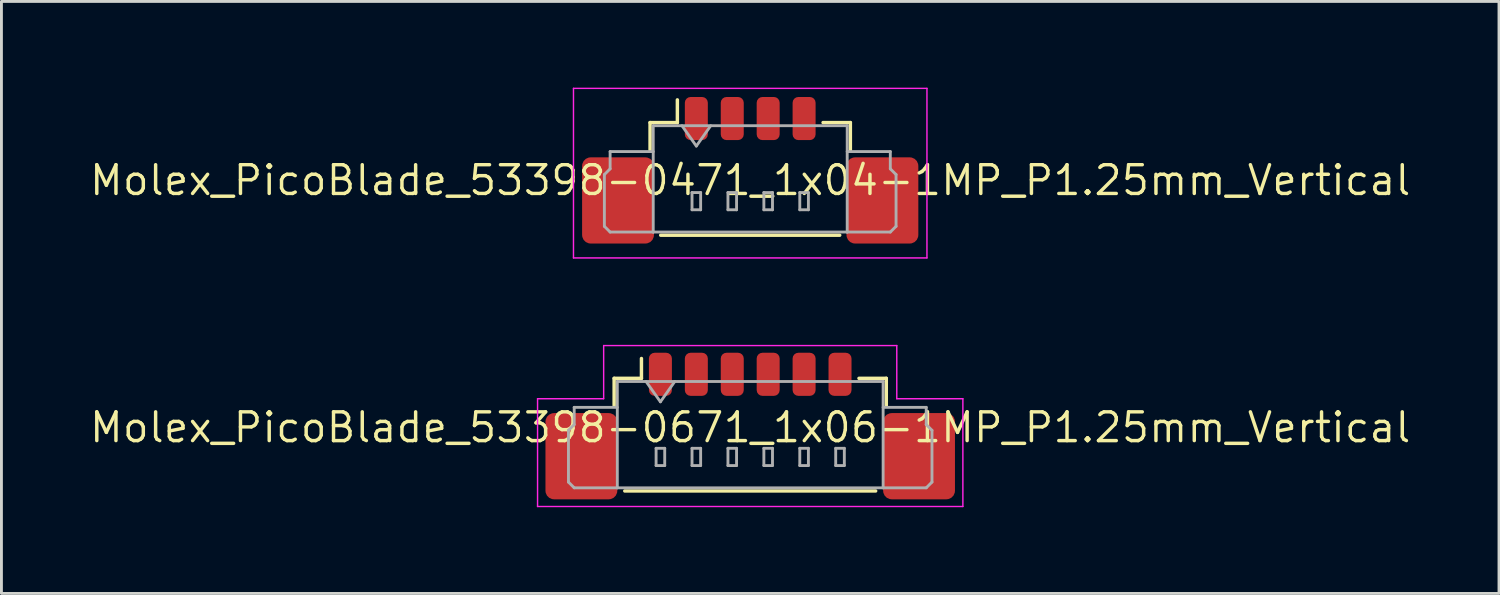
<source format=kicad_pcb>
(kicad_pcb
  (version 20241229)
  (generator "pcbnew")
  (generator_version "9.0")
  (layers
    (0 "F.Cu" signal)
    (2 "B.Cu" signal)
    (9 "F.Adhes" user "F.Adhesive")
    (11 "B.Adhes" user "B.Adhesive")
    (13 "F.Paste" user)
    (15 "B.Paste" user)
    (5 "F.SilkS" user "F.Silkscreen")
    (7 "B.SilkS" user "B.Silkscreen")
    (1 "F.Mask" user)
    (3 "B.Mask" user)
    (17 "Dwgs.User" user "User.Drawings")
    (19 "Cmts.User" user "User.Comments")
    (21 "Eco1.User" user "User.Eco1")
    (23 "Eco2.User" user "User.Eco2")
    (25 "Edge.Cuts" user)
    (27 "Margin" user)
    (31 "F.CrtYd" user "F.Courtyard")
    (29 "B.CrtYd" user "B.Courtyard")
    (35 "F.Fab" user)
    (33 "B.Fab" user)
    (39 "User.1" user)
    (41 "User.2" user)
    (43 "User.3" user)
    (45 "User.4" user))
  (footprint "Molex_PicoBlade_53398-0671_1x06-1MP_P1.25mm_Vertical"
    (layer "F.Cu")
    (at 23.056 11.325)
    (property "Reference" "Molex_PicoBlade_53398-0671_1x06-1MP_P1.25mm_Vertical" (at 0 0.5 180) (layer "F.SilkS") (effects (font (size 1 1) (thickness 0.12))))
    (attr smd)
    (fp_line (start -4.735 -1.21) (end -3.785 -1.21) (stroke (width 0.12) (type solid)) (layer "F.SilkS"))
    (fp_line (start -4.735 -0.26) (end -4.735 -1.21) (stroke (width 0.12) (type solid)) (layer "F.SilkS"))
    (fp_line (start -4.365 2.71) (end 4.365 2.71) (stroke (width 0.12) (type solid)) (layer "F.SilkS"))
    (fp_line (start -3.785 -1.21) (end -3.785 -1.9) (stroke (width 0.12) (type solid)) (layer "F.SilkS"))
    (fp_line (start 4.735 -1.21) (end 3.785 -1.21) (stroke (width 0.12) (type solid)) (layer "F.SilkS"))
    (fp_line (start 4.735 -0.26) (end 4.735 -1.21) (stroke (width 0.12) (type solid)) (layer "F.SilkS"))
    (fp_line (start -7.4 -0.5) (end -7.4 3.25) (stroke (width 0.05) (type solid)) (layer "F.CrtYd"))
    (fp_line (start -7.4 3.25) (end 7.4 3.25) (stroke (width 0.05) (type solid)) (layer "F.CrtYd"))
    (fp_line (start -5.1 -0.5) (end -7.4 -0.5) (stroke (width 0.05) (type solid)) (layer "F.CrtYd"))
    (fp_line (start -5.1 -0.5) (end -5.1 -2.35) (stroke (width 0.05) (type solid)) (layer "F.CrtYd"))
    (fp_line (start 5.1 -2.35) (end -5.1 -2.35) (stroke (width 0.05) (type solid)) (layer "F.CrtYd"))
    (fp_line (start 5.1 -0.5) (end 5.1 -2.35) (stroke (width 0.05) (type solid)) (layer "F.CrtYd"))
    (fp_line (start 7.4 -0.5) (end 5.1 -0.5) (stroke (width 0.05) (type solid)) (layer "F.CrtYd"))
    (fp_line (start 7.4 3.25) (end 7.4 -0.5) (stroke (width 0.05) (type solid)) (layer "F.CrtYd"))
    (fp_line (start -6.325 0.6) (end -6.125 0.4) (stroke (width 0.1) (type solid)) (layer "F.Fab"))
    (fp_line (start -6.325 2.4) (end -6.325 0.6) (stroke (width 0.1) (type solid)) (layer "F.Fab"))
    (fp_line (start -6.125 -0.2) (end -4.625 -0.2) (stroke (width 0.1) (type solid)) (layer "F.Fab"))
    (fp_line (start -6.125 0.4) (end -6.125 -0.2) (stroke (width 0.1) (type solid)) (layer "F.Fab"))
    (fp_line (start -6.125 2.6) (end -6.325 2.4) (stroke (width 0.1) (type solid)) (layer "F.Fab"))
    (fp_line (start -4.625 -1.1) (end -4.625 2.6) (stroke (width 0.1) (type solid)) (layer "F.Fab"))
    (fp_line (start -4.625 -1.1) (end 4.625 -1.1) (stroke (width 0.1) (type solid)) (layer "F.Fab"))
    (fp_line (start -4.625 2.6) (end -6.125 2.6) (stroke (width 0.1) (type solid)) (layer "F.Fab"))
    (fp_line (start -4.625 2.6) (end 4.625 2.6) (stroke (width 0.1) (type solid)) (layer "F.Fab"))
    (fp_line (start -3.625 -1.1) (end -3.125 -0.393) (stroke (width 0.1) (type solid)) (layer "F.Fab"))
    (fp_line (start -3.275 1.225) (end -3.275 1.825) (stroke (width 0.1) (type solid)) (layer "F.Fab"))
    (fp_line (start -3.275 1.825) (end -2.975 1.825) (stroke (width 0.1) (type solid)) (layer "F.Fab"))
    (fp_line (start -3.125 -0.393) (end -2.625 -1.1) (stroke (width 0.1) (type solid)) (layer "F.Fab"))
    (fp_line (start -2.975 1.225) (end -3.275 1.225) (stroke (width 0.1) (type solid)) (layer "F.Fab"))
    (fp_line (start -2.975 1.825) (end -2.975 1.225) (stroke (width 0.1) (type solid)) (layer "F.Fab"))
    (fp_line (start -2.025 1.225) (end -2.025 1.825) (stroke (width 0.1) (type solid)) (layer "F.Fab"))
    (fp_line (start -2.025 1.825) (end -1.725 1.825) (stroke (width 0.1) (type solid)) (layer "F.Fab"))
    (fp_line (start -1.725 1.225) (end -2.025 1.225) (stroke (width 0.1) (type solid)) (layer "F.Fab"))
    (fp_line (start -1.725 1.825) (end -1.725 1.225) (stroke (width 0.1) (type solid)) (layer "F.Fab"))
    (fp_line (start -0.775 1.225) (end -0.775 1.825) (stroke (width 0.1) (type solid)) (layer "F.Fab"))
    (fp_line (start -0.775 1.825) (end -0.475 1.825) (stroke (width 0.1) (type solid)) (layer "F.Fab"))
    (fp_line (start -0.475 1.225) (end -0.775 1.225) (stroke (width 0.1) (type solid)) (layer "F.Fab"))
    (fp_line (start -0.475 1.825) (end -0.475 1.225) (stroke (width 0.1) (type solid)) (layer "F.Fab"))
    (fp_line (start 0.475 1.225) (end 0.475 1.825) (stroke (width 0.1) (type solid)) (layer "F.Fab"))
    (fp_line (start 0.475 1.825) (end 0.775 1.825) (stroke (width 0.1) (type solid)) (layer "F.Fab"))
    (fp_line (start 0.775 1.225) (end 0.475 1.225) (stroke (width 0.1) (type solid)) (layer "F.Fab"))
    (fp_line (start 0.775 1.825) (end 0.775 1.225) (stroke (width 0.1) (type solid)) (layer "F.Fab"))
    (fp_line (start 1.725 1.225) (end 1.725 1.825) (stroke (width 0.1) (type solid)) (layer "F.Fab"))
    (fp_line (start 1.725 1.825) (end 2.025 1.825) (stroke (width 0.1) (type solid)) (layer "F.Fab"))
    (fp_line (start 2.025 1.225) (end 1.725 1.225) (stroke (width 0.1) (type solid)) (layer "F.Fab"))
    (fp_line (start 2.025 1.825) (end 2.025 1.225) (stroke (width 0.1) (type solid)) (layer "F.Fab"))
    (fp_line (start 2.975 1.225) (end 2.975 1.825) (stroke (width 0.1) (type solid)) (layer "F.Fab"))
    (fp_line (start 2.975 1.825) (end 3.275 1.825) (stroke (width 0.1) (type solid)) (layer "F.Fab"))
    (fp_line (start 3.275 1.225) (end 2.975 1.225) (stroke (width 0.1) (type solid)) (layer "F.Fab"))
    (fp_line (start 3.275 1.825) (end 3.275 1.225) (stroke (width 0.1) (type solid)) (layer "F.Fab"))
    (fp_line (start 4.625 -1.1) (end 4.625 2.6) (stroke (width 0.1) (type solid)) (layer "F.Fab"))
    (fp_line (start 4.625 2.6) (end 6.125 2.6) (stroke (width 0.1) (type solid)) (layer "F.Fab"))
    (fp_line (start 6.125 -0.2) (end 4.625 -0.2) (stroke (width 0.1) (type solid)) (layer "F.Fab"))
    (fp_line (start 6.125 0.4) (end 6.125 -0.2) (stroke (width 0.1) (type solid)) (layer "F.Fab"))
    (fp_line (start 6.125 2.6) (end 6.325 2.4) (stroke (width 0.1) (type solid)) (layer "F.Fab"))
    (fp_line (start 6.325 0.6) (end 6.125 0.4) (stroke (width 0.1) (type solid)) (layer "F.Fab"))
    (fp_line (start 6.325 2.4) (end 6.325 0.6) (stroke (width 0.1) (type solid)) (layer "F.Fab"))
    (pad "1" smd roundrect (at -3.125 -1.35) (size 0.8 1.5) (layers "F.Cu" "F.Mask" "F.Paste") (roundrect_rratio 0.25))
    (pad "2" smd roundrect (at -1.875 -1.35) (size 0.8 1.5) (layers "F.Cu" "F.Mask" "F.Paste") (roundrect_rratio 0.25))
    (pad "3" smd roundrect (at -0.625 -1.35) (size 0.8 1.5) (layers "F.Cu" "F.Mask" "F.Paste") (roundrect_rratio 0.25))
    (pad "4" smd roundrect (at 0.625 -1.35) (size 0.8 1.5) (layers "F.Cu" "F.Mask" "F.Paste") (roundrect_rratio 0.25))
    (pad "5" smd roundrect (at 1.875 -1.35) (size 0.8 1.5) (layers "F.Cu" "F.Mask" "F.Paste") (roundrect_rratio 0.25))
    (pad "6" smd roundrect (at 3.125 -1.35) (size 0.8 1.5) (layers "F.Cu" "F.Mask" "F.Paste") (roundrect_rratio 0.25))
    (pad "MP" smd roundrect (at -5.875 1.5) (size 2.5 3) (layers "F.Cu" "F.Mask" "F.Paste") (roundrect_rratio 0.119))
    (pad "MP" smd roundrect (at 5.875 1.5) (size 2.5 3) (layers "F.Cu" "F.Mask" "F.Paste") (roundrect_rratio 0.119)))
  (footprint "Molex_PicoBlade_53398-0471_1x04-1MP_P1.25mm_Vertical"
    (layer "F.Cu")
    (at 23.056 2.425)
    (property "Reference" "Molex_PicoBlade_53398-0471_1x04-1MP_P1.25mm_Vertical" (at 0 0.8 0) (layer "F.SilkS") (effects (font (size 1 1) (thickness 0.12))))
    (attr smd)
    (fp_line (start -3.485 -1.21) (end -2.535 -1.21) (stroke (width 0.12) (type solid)) (layer "F.SilkS"))
    (fp_line (start -3.485 -0.26) (end -3.485 -1.21) (stroke (width 0.12) (type solid)) (layer "F.SilkS"))
    (fp_line (start -3.115 2.71) (end 3.115 2.71) (stroke (width 0.12) (type solid)) (layer "F.SilkS"))
    (fp_line (start -2.535 -1.21) (end -2.535 -2) (stroke (width 0.12) (type solid)) (layer "F.SilkS"))
    (fp_line (start 3.485 -1.21) (end 2.535 -1.21) (stroke (width 0.12) (type solid)) (layer "F.SilkS"))
    (fp_line (start 3.485 -0.26) (end 3.485 -1.21) (stroke (width 0.12) (type solid)) (layer "F.SilkS"))
    (fp_line (start -6.15 -2.4) (end -6.15 3.5) (stroke (width 0.05) (type solid)) (layer "F.CrtYd"))
    (fp_line (start -6.15 3.5) (end 6.15 3.5) (stroke (width 0.05) (type solid)) (layer "F.CrtYd"))
    (fp_line (start 6.15 -2.4) (end -6.15 -2.4) (stroke (width 0.05) (type solid)) (layer "F.CrtYd"))
    (fp_line (start 6.15 3.5) (end 6.15 -2.4) (stroke (width 0.05) (type solid)) (layer "F.CrtYd"))
    (fp_line (start -5.075 0.6) (end -4.875 0.4) (stroke (width 0.1) (type solid)) (layer "F.Fab"))
    (fp_line (start -5.075 2.4) (end -5.075 0.6) (stroke (width 0.1) (type solid)) (layer "F.Fab"))
    (fp_line (start -4.875 -0.2) (end -3.375 -0.2) (stroke (width 0.1) (type solid)) (layer "F.Fab"))
    (fp_line (start -4.875 0.4) (end -4.875 -0.2) (stroke (width 0.1) (type solid)) (layer "F.Fab"))
    (fp_line (start -4.875 2.6) (end -5.075 2.4) (stroke (width 0.1) (type solid)) (layer "F.Fab"))
    (fp_line (start -3.375 -1.1) (end -3.375 2.6) (stroke (width 0.1) (type solid)) (layer "F.Fab"))
    (fp_line (start -3.375 -1.1) (end 3.375 -1.1) (stroke (width 0.1) (type solid)) (layer "F.Fab"))
    (fp_line (start -3.375 2.6) (end -4.875 2.6) (stroke (width 0.1) (type solid)) (layer "F.Fab"))
    (fp_line (start -3.375 2.6) (end 3.375 2.6) (stroke (width 0.1) (type solid)) (layer "F.Fab"))
    (fp_line (start -2.375 -1.1) (end -1.875 -0.393) (stroke (width 0.1) (type solid)) (layer "F.Fab"))
    (fp_line (start -2.025 1.225) (end -2.025 1.825) (stroke (width 0.1) (type solid)) (layer "F.Fab"))
    (fp_line (start -2.025 1.825) (end -1.725 1.825) (stroke (width 0.1) (type solid)) (layer "F.Fab"))
    (fp_line (start -1.875 -0.393) (end -1.375 -1.1) (stroke (width 0.1) (type solid)) (layer "F.Fab"))
    (fp_line (start -1.725 1.225) (end -2.025 1.225) (stroke (width 0.1) (type solid)) (layer "F.Fab"))
    (fp_line (start -1.725 1.825) (end -1.725 1.225) (stroke (width 0.1) (type solid)) (layer "F.Fab"))
    (fp_line (start -0.775 1.225) (end -0.775 1.825) (stroke (width 0.1) (type solid)) (layer "F.Fab"))
    (fp_line (start -0.775 1.825) (end -0.475 1.825) (stroke (width 0.1) (type solid)) (layer "F.Fab"))
    (fp_line (start -0.475 1.225) (end -0.775 1.225) (stroke (width 0.1) (type solid)) (layer "F.Fab"))
    (fp_line (start -0.475 1.825) (end -0.475 1.225) (stroke (width 0.1) (type solid)) (layer "F.Fab"))
    (fp_line (start 0.475 1.225) (end 0.475 1.825) (stroke (width 0.1) (type solid)) (layer "F.Fab"))
    (fp_line (start 0.475 1.825) (end 0.775 1.825) (stroke (width 0.1) (type solid)) (layer "F.Fab"))
    (fp_line (start 0.775 1.225) (end 0.475 1.225) (stroke (width 0.1) (type solid)) (layer "F.Fab"))
    (fp_line (start 0.775 1.825) (end 0.775 1.225) (stroke (width 0.1) (type solid)) (layer "F.Fab"))
    (fp_line (start 1.725 1.225) (end 1.725 1.825) (stroke (width 0.1) (type solid)) (layer "F.Fab"))
    (fp_line (start 1.725 1.825) (end 2.025 1.825) (stroke (width 0.1) (type solid)) (layer "F.Fab"))
    (fp_line (start 2.025 1.225) (end 1.725 1.225) (stroke (width 0.1) (type solid)) (layer "F.Fab"))
    (fp_line (start 2.025 1.825) (end 2.025 1.225) (stroke (width 0.1) (type solid)) (layer "F.Fab"))
    (fp_line (start 3.375 -1.1) (end 3.375 2.6) (stroke (width 0.1) (type solid)) (layer "F.Fab"))
    (fp_line (start 3.375 2.6) (end 4.875 2.6) (stroke (width 0.1) (type solid)) (layer "F.Fab"))
    (fp_line (start 4.875 -0.2) (end 3.375 -0.2) (stroke (width 0.1) (type solid)) (layer "F.Fab"))
    (fp_line (start 4.875 0.4) (end 4.875 -0.2) (stroke (width 0.1) (type solid)) (layer "F.Fab"))
    (fp_line (start 4.875 2.6) (end 5.075 2.4) (stroke (width 0.1) (type solid)) (layer "F.Fab"))
    (fp_line (start 5.075 0.6) (end 4.875 0.4) (stroke (width 0.1) (type solid)) (layer "F.Fab"))
    (fp_line (start 5.075 2.4) (end 5.075 0.6) (stroke (width 0.1) (type solid)) (layer "F.Fab"))
    (pad "1" smd roundrect (at -1.875 -1.35) (size 0.8 1.5) (layers "F.Cu" "F.Mask" "F.Paste") (roundrect_rratio 0.25))
    (pad "2" smd roundrect (at -0.625 -1.35) (size 0.8 1.5) (layers "F.Cu" "F.Mask" "F.Paste") (roundrect_rratio 0.25))
    (pad "3" smd roundrect (at 0.625 -1.35) (size 0.8 1.5) (layers "F.Cu" "F.Mask" "F.Paste") (roundrect_rratio 0.25))
    (pad "4" smd roundrect (at 1.875 -1.35) (size 0.8 1.5) (layers "F.Cu" "F.Mask" "F.Paste") (roundrect_rratio 0.25))
    (pad "MP" smd roundrect (at -4.6 1.5) (size 2.5 3) (layers "F.Cu" "F.Mask" "F.Paste") (roundrect_rratio 0.119))
    (pad "MP" smd roundrect (at 4.6 1.5) (size 2.5 3) (layers "F.Cu" "F.Mask" "F.Paste") (roundrect_rratio 0.119)))
  (gr_rect
    (start -3 -3)
    (end 49.112 17.6)
    (stroke (width 0.1) (type default))
    (fill no)
    (layer "Edge.Cuts")))
</source>
